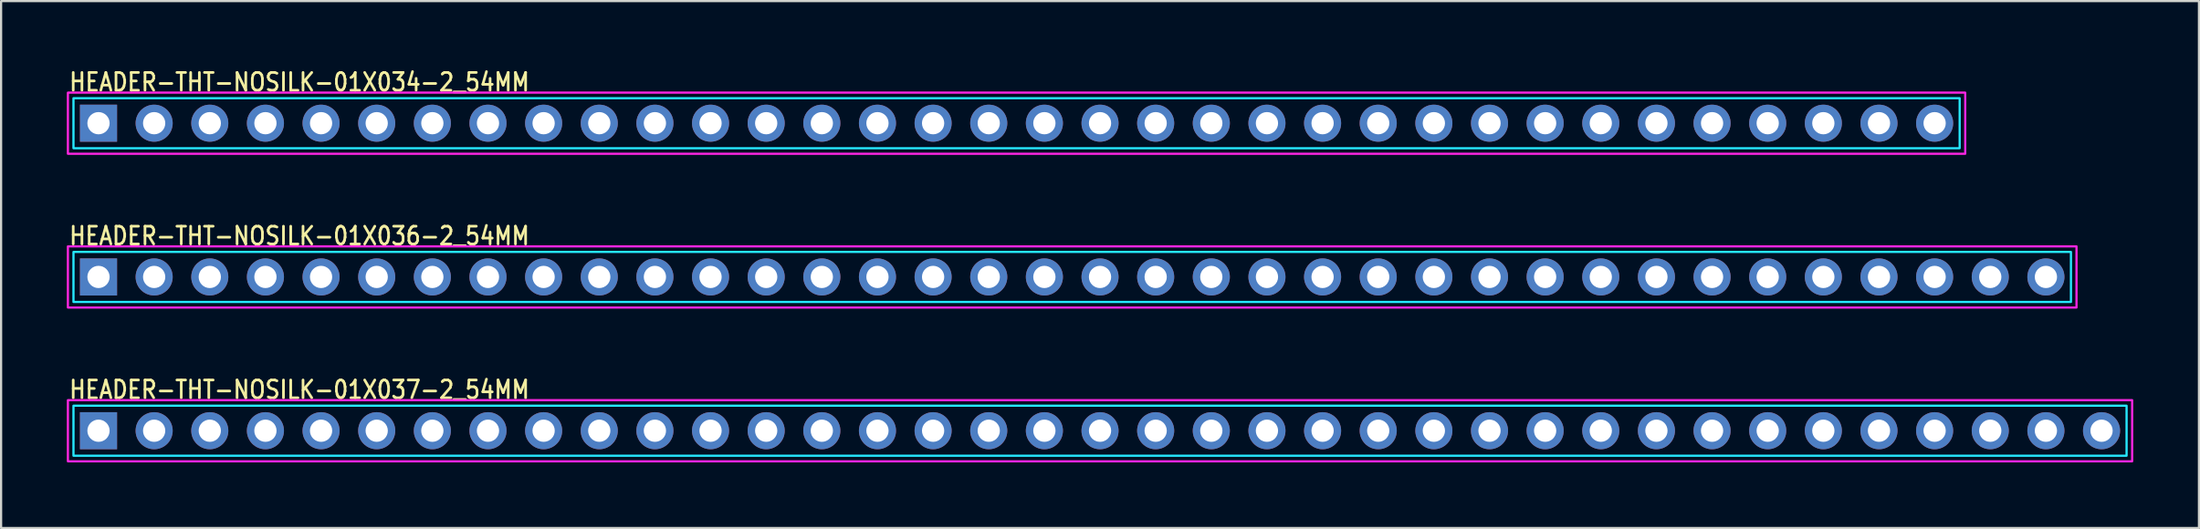
<source format=kicad_pcb>
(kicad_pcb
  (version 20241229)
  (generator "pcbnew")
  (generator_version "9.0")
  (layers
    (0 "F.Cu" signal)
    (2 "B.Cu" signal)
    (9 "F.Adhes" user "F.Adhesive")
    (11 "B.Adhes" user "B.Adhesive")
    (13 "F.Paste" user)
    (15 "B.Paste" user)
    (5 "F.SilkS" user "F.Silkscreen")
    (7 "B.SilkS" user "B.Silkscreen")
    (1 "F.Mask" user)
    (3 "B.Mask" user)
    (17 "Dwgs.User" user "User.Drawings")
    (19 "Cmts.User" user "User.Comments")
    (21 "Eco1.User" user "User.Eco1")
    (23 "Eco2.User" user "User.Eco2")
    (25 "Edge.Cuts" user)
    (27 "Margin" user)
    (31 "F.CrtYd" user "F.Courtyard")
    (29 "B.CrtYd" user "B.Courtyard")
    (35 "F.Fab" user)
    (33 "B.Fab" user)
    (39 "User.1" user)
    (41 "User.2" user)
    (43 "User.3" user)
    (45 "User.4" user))
  (footprint "HEADER-THT-NOSILK-01X036-2_54MM"
    (layer "F.Cu")
    (at 1.447 9.604)
    (property "Reference" "HEADER-THT-NOSILK-01X036-2_54MM" (at -1.4 -1.4 0) (unlocked yes) (layer "F.SilkS") (effects (font (size 0.813 0.695) (thickness 0.122)) (justify left bottom)))
    (fp_poly (pts (xy -1.143 -1.143) (xy 90.043 -1.143) (xy 90.043 1.143) (xy -1.143 1.143)) (stroke (width 0.1) (type solid)) (fill no) (layer "B.CrtYd"))
    (fp_poly (pts (xy -1.397 -1.397) (xy 90.297 -1.397) (xy 90.297 1.397) (xy -1.397 1.397)) (stroke (width 0.1) (type solid)) (fill no) (layer "F.CrtYd"))
    (pad "P$1" thru_hole rect (at 0 0) (size 1.693 1.693) (drill 1.016) (layers "*.Cu" "*.Mask"))
    (pad "P$2" thru_hole oval (at 2.54 0) (size 1.693 1.693) (drill 1.016) (layers "*.Cu" "*.Mask"))
    (pad "P$3" thru_hole oval (at 5.08 0) (size 1.693 1.693) (drill 1.016) (layers "*.Cu" "*.Mask"))
    (pad "P$4" thru_hole oval (at 7.62 0) (size 1.693 1.693) (drill 1.016) (layers "*.Cu" "*.Mask"))
    (pad "P$5" thru_hole oval (at 10.16 0) (size 1.693 1.693) (drill 1.016) (layers "*.Cu" "*.Mask"))
    (pad "P$6" thru_hole oval (at 12.7 0) (size 1.693 1.693) (drill 1.016) (layers "*.Cu" "*.Mask"))
    (pad "P$7" thru_hole oval (at 15.24 0) (size 1.693 1.693) (drill 1.016) (layers "*.Cu" "*.Mask"))
    (pad "P$8" thru_hole oval (at 17.78 0) (size 1.693 1.693) (drill 1.016) (layers "*.Cu" "*.Mask"))
    (pad "P$9" thru_hole oval (at 20.32 0) (size 1.693 1.693) (drill 1.016) (layers "*.Cu" "*.Mask"))
    (pad "P$10" thru_hole oval (at 22.86 0) (size 1.693 1.693) (drill 1.016) (layers "*.Cu" "*.Mask"))
    (pad "P$11" thru_hole oval (at 25.4 0) (size 1.693 1.693) (drill 1.016) (layers "*.Cu" "*.Mask"))
    (pad "P$12" thru_hole oval (at 27.94 0) (size 1.693 1.693) (drill 1.016) (layers "*.Cu" "*.Mask"))
    (pad "P$13" thru_hole oval (at 30.48 0) (size 1.693 1.693) (drill 1.016) (layers "*.Cu" "*.Mask"))
    (pad "P$14" thru_hole oval (at 33.02 0) (size 1.693 1.693) (drill 1.016) (layers "*.Cu" "*.Mask"))
    (pad "P$15" thru_hole oval (at 35.56 0) (size 1.693 1.693) (drill 1.016) (layers "*.Cu" "*.Mask"))
    (pad "P$16" thru_hole oval (at 38.1 0) (size 1.693 1.693) (drill 1.016) (layers "*.Cu" "*.Mask"))
    (pad "P$17" thru_hole oval (at 40.64 0) (size 1.693 1.693) (drill 1.016) (layers "*.Cu" "*.Mask"))
    (pad "P$18" thru_hole oval (at 43.18 0) (size 1.693 1.693) (drill 1.016) (layers "*.Cu" "*.Mask"))
    (pad "P$19" thru_hole oval (at 45.72 0) (size 1.693 1.693) (drill 1.016) (layers "*.Cu" "*.Mask"))
    (pad "P$20" thru_hole oval (at 48.26 0) (size 1.693 1.693) (drill 1.016) (layers "*.Cu" "*.Mask"))
    (pad "P$21" thru_hole oval (at 50.8 0) (size 1.693 1.693) (drill 1.016) (layers "*.Cu" "*.Mask"))
    (pad "P$22" thru_hole oval (at 53.34 0) (size 1.693 1.693) (drill 1.016) (layers "*.Cu" "*.Mask"))
    (pad "P$23" thru_hole oval (at 55.88 0) (size 1.693 1.693) (drill 1.016) (layers "*.Cu" "*.Mask"))
    (pad "P$24" thru_hole oval (at 58.42 0) (size 1.693 1.693) (drill 1.016) (layers "*.Cu" "*.Mask"))
    (pad "P$25" thru_hole oval (at 60.96 0) (size 1.693 1.693) (drill 1.016) (layers "*.Cu" "*.Mask"))
    (pad "P$26" thru_hole oval (at 63.5 0) (size 1.693 1.693) (drill 1.016) (layers "*.Cu" "*.Mask"))
    (pad "P$27" thru_hole oval (at 66.04 0) (size 1.693 1.693) (drill 1.016) (layers "*.Cu" "*.Mask"))
    (pad "P$28" thru_hole oval (at 68.58 0) (size 1.693 1.693) (drill 1.016) (layers "*.Cu" "*.Mask"))
    (pad "P$29" thru_hole oval (at 71.12 0) (size 1.693 1.693) (drill 1.016) (layers "*.Cu" "*.Mask"))
    (pad "P$30" thru_hole oval (at 73.66 0) (size 1.693 1.693) (drill 1.016) (layers "*.Cu" "*.Mask"))
    (pad "P$31" thru_hole oval (at 76.2 0) (size 1.693 1.693) (drill 1.016) (layers "*.Cu" "*.Mask"))
    (pad "P$32" thru_hole oval (at 78.74 0) (size 1.693 1.693) (drill 1.016) (layers "*.Cu" "*.Mask"))
    (pad "P$33" thru_hole oval (at 81.28 0) (size 1.693 1.693) (drill 1.016) (layers "*.Cu" "*.Mask"))
    (pad "P$34" thru_hole oval (at 83.82 0) (size 1.693 1.693) (drill 1.016) (layers "*.Cu" "*.Mask"))
    (pad "P$35" thru_hole oval (at 86.36 0) (size 1.693 1.693) (drill 1.016) (layers "*.Cu" "*.Mask"))
    (pad "P$36" thru_hole oval (at 88.9 0) (size 1.693 1.693) (drill 1.016) (layers "*.Cu" "*.Mask")))
  (footprint "HEADER-THT-NOSILK-01X034-2_54MM"
    (layer "F.Cu")
    (at 1.447 2.579)
    (property "Reference" "HEADER-THT-NOSILK-01X034-2_54MM" (at -1.4 -1.4 0) (unlocked yes) (layer "F.SilkS") (effects (font (size 0.813 0.695) (thickness 0.122)) (justify left bottom)))
    (fp_poly (pts (xy -1.143 -1.143) (xy 84.963 -1.143) (xy 84.963 1.143) (xy -1.143 1.143)) (stroke (width 0.1) (type solid)) (fill no) (layer "B.CrtYd"))
    (fp_poly (pts (xy -1.397 -1.397) (xy 85.217 -1.397) (xy 85.217 1.397) (xy -1.397 1.397)) (stroke (width 0.1) (type solid)) (fill no) (layer "F.CrtYd"))
    (pad "1" thru_hole rect (at 0 0) (size 1.693 1.693) (drill 1.016) (layers "*.Cu" "*.Mask"))
    (pad "2" thru_hole oval (at 2.54 0) (size 1.693 1.693) (drill 1.016) (layers "*.Cu" "*.Mask"))
    (pad "3" thru_hole oval (at 5.08 0) (size 1.693 1.693) (drill 1.016) (layers "*.Cu" "*.Mask"))
    (pad "4" thru_hole oval (at 7.62 0) (size 1.693 1.693) (drill 1.016) (layers "*.Cu" "*.Mask"))
    (pad "5" thru_hole oval (at 10.16 0) (size 1.693 1.693) (drill 1.016) (layers "*.Cu" "*.Mask"))
    (pad "6" thru_hole oval (at 12.7 0) (size 1.693 1.693) (drill 1.016) (layers "*.Cu" "*.Mask"))
    (pad "7" thru_hole oval (at 15.24 0) (size 1.693 1.693) (drill 1.016) (layers "*.Cu" "*.Mask"))
    (pad "8" thru_hole oval (at 17.78 0) (size 1.693 1.693) (drill 1.016) (layers "*.Cu" "*.Mask"))
    (pad "9" thru_hole oval (at 20.32 0) (size 1.693 1.693) (drill 1.016) (layers "*.Cu" "*.Mask"))
    (pad "10" thru_hole oval (at 22.86 0) (size 1.693 1.693) (drill 1.016) (layers "*.Cu" "*.Mask"))
    (pad "11" thru_hole oval (at 25.4 0) (size 1.693 1.693) (drill 1.016) (layers "*.Cu" "*.Mask"))
    (pad "12" thru_hole oval (at 27.94 0) (size 1.693 1.693) (drill 1.016) (layers "*.Cu" "*.Mask"))
    (pad "13" thru_hole oval (at 30.48 0) (size 1.693 1.693) (drill 1.016) (layers "*.Cu" "*.Mask"))
    (pad "14" thru_hole oval (at 33.02 0) (size 1.693 1.693) (drill 1.016) (layers "*.Cu" "*.Mask"))
    (pad "15" thru_hole oval (at 35.56 0) (size 1.693 1.693) (drill 1.016) (layers "*.Cu" "*.Mask"))
    (pad "16" thru_hole oval (at 38.1 0) (size 1.693 1.693) (drill 1.016) (layers "*.Cu" "*.Mask"))
    (pad "17" thru_hole oval (at 40.64 0) (size 1.693 1.693) (drill 1.016) (layers "*.Cu" "*.Mask"))
    (pad "18" thru_hole oval (at 43.18 0) (size 1.693 1.693) (drill 1.016) (layers "*.Cu" "*.Mask"))
    (pad "19" thru_hole oval (at 45.72 0) (size 1.693 1.693) (drill 1.016) (layers "*.Cu" "*.Mask"))
    (pad "20" thru_hole oval (at 48.26 0) (size 1.693 1.693) (drill 1.016) (layers "*.Cu" "*.Mask"))
    (pad "21" thru_hole oval (at 50.8 0) (size 1.693 1.693) (drill 1.016) (layers "*.Cu" "*.Mask"))
    (pad "22" thru_hole oval (at 53.34 0) (size 1.693 1.693) (drill 1.016) (layers "*.Cu" "*.Mask"))
    (pad "23" thru_hole oval (at 55.88 0) (size 1.693 1.693) (drill 1.016) (layers "*.Cu" "*.Mask"))
    (pad "24" thru_hole oval (at 58.42 0) (size 1.693 1.693) (drill 1.016) (layers "*.Cu" "*.Mask"))
    (pad "25" thru_hole oval (at 60.96 0) (size 1.693 1.693) (drill 1.016) (layers "*.Cu" "*.Mask"))
    (pad "26" thru_hole oval (at 63.5 0) (size 1.693 1.693) (drill 1.016) (layers "*.Cu" "*.Mask"))
    (pad "27" thru_hole oval (at 66.04 0) (size 1.693 1.693) (drill 1.016) (layers "*.Cu" "*.Mask"))
    (pad "28" thru_hole oval (at 68.58 0) (size 1.693 1.693) (drill 1.016) (layers "*.Cu" "*.Mask"))
    (pad "29" thru_hole oval (at 71.12 0) (size 1.693 1.693) (drill 1.016) (layers "*.Cu" "*.Mask"))
    (pad "30" thru_hole oval (at 73.66 0) (size 1.693 1.693) (drill 1.016) (layers "*.Cu" "*.Mask"))
    (pad "31" thru_hole oval (at 76.2 0) (size 1.693 1.693) (drill 1.016) (layers "*.Cu" "*.Mask"))
    (pad "32" thru_hole oval (at 78.74 0) (size 1.693 1.693) (drill 1.016) (layers "*.Cu" "*.Mask"))
    (pad "33" thru_hole oval (at 81.28 0) (size 1.693 1.693) (drill 1.016) (layers "*.Cu" "*.Mask"))
    (pad "34" thru_hole oval (at 83.82 0) (size 1.693 1.693) (drill 1.016) (layers "*.Cu" "*.Mask")))
  (footprint "HEADER-THT-NOSILK-01X037-2_54MM"
    (layer "F.Cu")
    (at 1.447 16.63)
    (property "Reference" "HEADER-THT-NOSILK-01X037-2_54MM" (at -1.4 -1.4 0) (unlocked yes) (layer "F.SilkS") (effects (font (size 0.813 0.695) (thickness 0.122)) (justify left bottom)))
    (fp_poly (pts (xy -1.143 -1.143) (xy 92.583 -1.143) (xy 92.583 1.143) (xy -1.143 1.143)) (stroke (width 0.1) (type solid)) (fill no) (layer "B.CrtYd"))
    (fp_poly (pts (xy -1.397 -1.397) (xy 92.837 -1.397) (xy 92.837 1.397) (xy -1.397 1.397)) (stroke (width 0.1) (type solid)) (fill no) (layer "F.CrtYd"))
    (pad "1" thru_hole rect (at 0 0) (size 1.693 1.693) (drill 1.016) (layers "*.Cu" "*.Mask"))
    (pad "2" thru_hole oval (at 2.54 0) (size 1.693 1.693) (drill 1.016) (layers "*.Cu" "*.Mask"))
    (pad "3" thru_hole oval (at 5.08 0) (size 1.693 1.693) (drill 1.016) (layers "*.Cu" "*.Mask"))
    (pad "4" thru_hole oval (at 7.62 0) (size 1.693 1.693) (drill 1.016) (layers "*.Cu" "*.Mask"))
    (pad "5" thru_hole oval (at 10.16 0) (size 1.693 1.693) (drill 1.016) (layers "*.Cu" "*.Mask"))
    (pad "6" thru_hole oval (at 12.7 0) (size 1.693 1.693) (drill 1.016) (layers "*.Cu" "*.Mask"))
    (pad "7" thru_hole oval (at 15.24 0) (size 1.693 1.693) (drill 1.016) (layers "*.Cu" "*.Mask"))
    (pad "8" thru_hole oval (at 17.78 0) (size 1.693 1.693) (drill 1.016) (layers "*.Cu" "*.Mask"))
    (pad "9" thru_hole oval (at 20.32 0) (size 1.693 1.693) (drill 1.016) (layers "*.Cu" "*.Mask"))
    (pad "10" thru_hole oval (at 22.86 0) (size 1.693 1.693) (drill 1.016) (layers "*.Cu" "*.Mask"))
    (pad "11" thru_hole oval (at 25.4 0) (size 1.693 1.693) (drill 1.016) (layers "*.Cu" "*.Mask"))
    (pad "12" thru_hole oval (at 27.94 0) (size 1.693 1.693) (drill 1.016) (layers "*.Cu" "*.Mask"))
    (pad "13" thru_hole oval (at 30.48 0) (size 1.693 1.693) (drill 1.016) (layers "*.Cu" "*.Mask"))
    (pad "14" thru_hole oval (at 33.02 0) (size 1.693 1.693) (drill 1.016) (layers "*.Cu" "*.Mask"))
    (pad "15" thru_hole oval (at 35.56 0) (size 1.693 1.693) (drill 1.016) (layers "*.Cu" "*.Mask"))
    (pad "16" thru_hole oval (at 38.1 0) (size 1.693 1.693) (drill 1.016) (layers "*.Cu" "*.Mask"))
    (pad "17" thru_hole oval (at 40.64 0) (size 1.693 1.693) (drill 1.016) (layers "*.Cu" "*.Mask"))
    (pad "18" thru_hole oval (at 43.18 0) (size 1.693 1.693) (drill 1.016) (layers "*.Cu" "*.Mask"))
    (pad "19" thru_hole oval (at 45.72 0) (size 1.693 1.693) (drill 1.016) (layers "*.Cu" "*.Mask"))
    (pad "20" thru_hole oval (at 48.26 0) (size 1.693 1.693) (drill 1.016) (layers "*.Cu" "*.Mask"))
    (pad "21" thru_hole oval (at 50.8 0) (size 1.693 1.693) (drill 1.016) (layers "*.Cu" "*.Mask"))
    (pad "22" thru_hole oval (at 53.34 0) (size 1.693 1.693) (drill 1.016) (layers "*.Cu" "*.Mask"))
    (pad "23" thru_hole oval (at 55.88 0) (size 1.693 1.693) (drill 1.016) (layers "*.Cu" "*.Mask"))
    (pad "24" thru_hole oval (at 58.42 0) (size 1.693 1.693) (drill 1.016) (layers "*.Cu" "*.Mask"))
    (pad "25" thru_hole oval (at 60.96 0) (size 1.693 1.693) (drill 1.016) (layers "*.Cu" "*.Mask"))
    (pad "26" thru_hole oval (at 63.5 0) (size 1.693 1.693) (drill 1.016) (layers "*.Cu" "*.Mask"))
    (pad "27" thru_hole oval (at 66.04 0) (size 1.693 1.693) (drill 1.016) (layers "*.Cu" "*.Mask"))
    (pad "28" thru_hole oval (at 68.58 0) (size 1.693 1.693) (drill 1.016) (layers "*.Cu" "*.Mask"))
    (pad "29" thru_hole oval (at 71.12 0) (size 1.693 1.693) (drill 1.016) (layers "*.Cu" "*.Mask"))
    (pad "30" thru_hole oval (at 73.66 0) (size 1.693 1.693) (drill 1.016) (layers "*.Cu" "*.Mask"))
    (pad "31" thru_hole oval (at 76.2 0) (size 1.693 1.693) (drill 1.016) (layers "*.Cu" "*.Mask"))
    (pad "32" thru_hole oval (at 78.74 0) (size 1.693 1.693) (drill 1.016) (layers "*.Cu" "*.Mask"))
    (pad "33" thru_hole oval (at 81.28 0) (size 1.693 1.693) (drill 1.016) (layers "*.Cu" "*.Mask"))
    (pad "34" thru_hole oval (at 83.82 0) (size 1.693 1.693) (drill 1.016) (layers "*.Cu" "*.Mask"))
    (pad "35" thru_hole oval (at 86.36 0) (size 1.693 1.693) (drill 1.016) (layers "*.Cu" "*.Mask"))
    (pad "36" thru_hole oval (at 88.9 0) (size 1.693 1.693) (drill 1.016) (layers "*.Cu" "*.Mask"))
    (pad "37" thru_hole oval (at 91.44 0) (size 1.693 1.693) (drill 1.016) (layers "*.Cu" "*.Mask")))
  (gr_rect
    (start -3 -3)
    (end 97.334 21.077)
    (stroke (width 0.1) (type default))
    (fill no)
    (layer "Edge.Cuts")))
</source>
